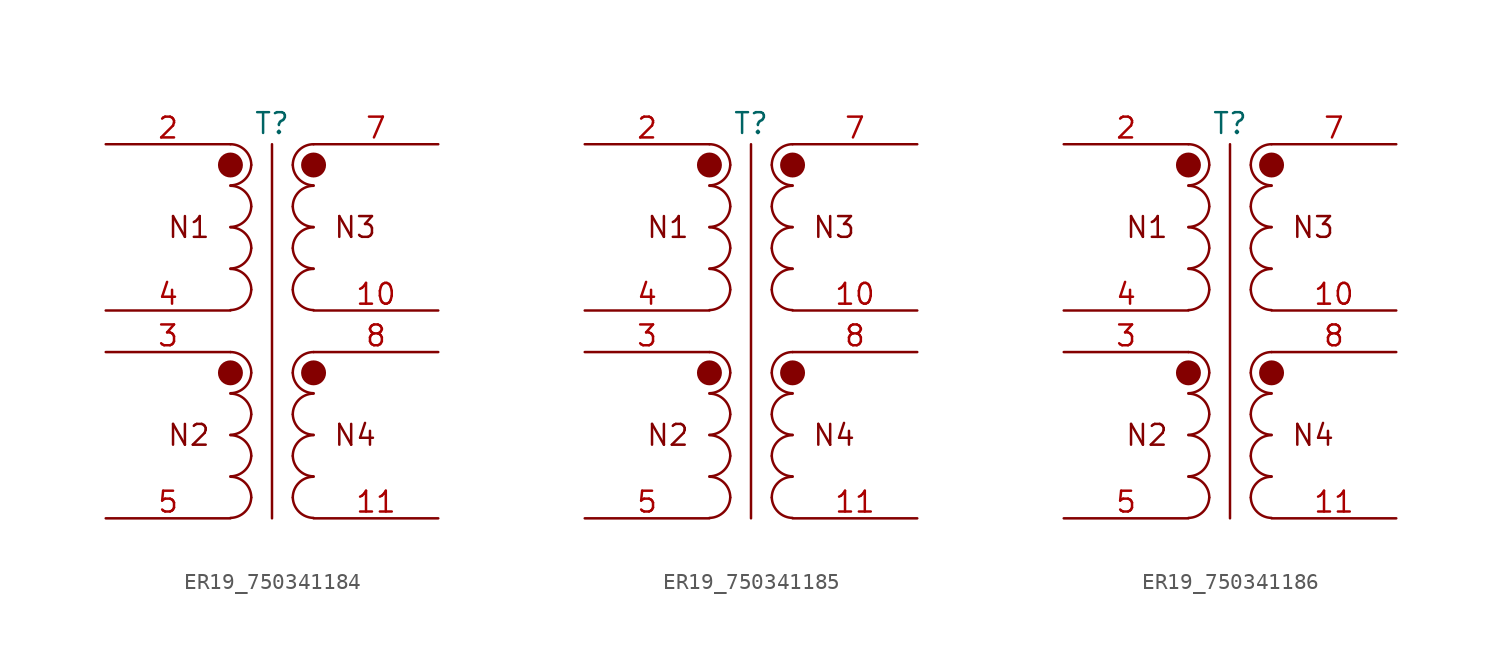
<source format=kicad_sym>
(kicad_symbol_lib
  (version 20220914)
  (generator kicad_symbol_editor)
  (symbol "ER19_750341184"
    (pin_names hide)
    (property "Reference" "T"
      (at 0 12.7 0)
      (effects (font (size 1.27 1.27))))
    (property "Critical Parameter" ""
      (at 0 -5.08 0)
      (effects (font (size 1.27 1.27))))
    (symbol "ER19_750341184_0_1"
      (arc (start -2.54 -11.4046) (mid -1.6561 -11.0363) (end -1.27 -10.16) (stroke (width 0) (type default)) (fill (type none)))
      (arc (start -2.54 -8.8646) (mid -1.6561 -8.4963) (end -1.27 -7.62) (stroke (width 0) (type default)) (fill (type none)))
      (arc (start -2.54 -6.3246) (mid -1.6561 -5.9563) (end -1.27 -5.08) (stroke (width 0) (type default)) (fill (type none)))
      (arc (start -2.54 -3.7846) (mid -1.6561 -3.4163) (end -1.27 -2.54) (stroke (width 0) (type default)) (fill (type none)))
      (arc (start -2.54 1.2954) (mid -1.6561 1.6637) (end -1.27 2.54) (stroke (width 0) (type default)) (fill (type none)))
      (arc (start -2.54 3.8354) (mid -1.6561 4.2037) (end -1.27 5.08) (stroke (width 0) (type default)) (fill (type none)))
      (arc (start -2.54 6.3754) (mid -1.6561 6.7437) (end -1.27 7.62) (stroke (width 0) (type default)) (fill (type none)))
      (arc (start -2.54 8.9154) (mid -1.6561 9.2837) (end -1.27 10.16) (stroke (width 0) (type default)) (fill (type none)))
      (arc (start -1.27 -10.16) (mid -1.642 -9.262) (end -2.54 -8.89) (stroke (width 0) (type default)) (fill (type none)))
      (arc (start -1.27 -7.62) (mid -1.642 -6.722) (end -2.54 -6.35) (stroke (width 0) (type default)) (fill (type none)))
      (arc (start -1.27 -5.08) (mid -1.642 -4.182) (end -2.54 -3.81) (stroke (width 0) (type default)) (fill (type none)))
      (arc (start -1.27 -2.54) (mid -1.642 -1.642) (end -2.54 -1.27) (stroke (width 0) (type default)) (fill (type none)))
      (arc (start -1.27 2.54) (mid -1.642 3.438) (end -2.54 3.81) (stroke (width 0) (type default)) (fill (type none)))
      (arc (start -1.27 5.08) (mid -1.642 5.978) (end -2.54 6.35) (stroke (width 0) (type default)) (fill (type none)))
      (arc (start -1.27 7.62) (mid -1.642 8.518) (end -2.54 8.89) (stroke (width 0) (type default)) (fill (type none)))
      (arc (start -1.27 10.16) (mid -1.642 11.058) (end -2.54 11.43) (stroke (width 0) (type default)) (fill (type none)))
      (polyline (pts (xy 0 -11.43) (xy 0 11.43)) (stroke (width 0) (type default)) (fill (type none)))
      (arc (start 1.27 -10.16) (mid 1.6561 -11.0363) (end 2.54 -11.4046) (stroke (width 0) (type default)) (fill (type none)))
      (arc (start 1.27 -7.62) (mid 1.6561 -8.4963) (end 2.54 -8.8646) (stroke (width 0) (type default)) (fill (type none)))
      (arc (start 1.27 -5.08) (mid 1.6561 -5.9563) (end 2.54 -6.3246) (stroke (width 0) (type default)) (fill (type none)))
      (arc (start 1.27 -2.54) (mid 1.6561 -3.4163) (end 2.54 -3.7846) (stroke (width 0) (type default)) (fill (type none)))
      (arc (start 1.27 2.54) (mid 1.6561 1.6637) (end 2.54 1.2954) (stroke (width 0) (type default)) (fill (type none)))
      (arc (start 1.27 5.08) (mid 1.6561 4.2037) (end 2.54 3.8354) (stroke (width 0) (type default)) (fill (type none)))
      (arc (start 1.27 7.62) (mid 1.6561 6.7437) (end 2.54 6.3754) (stroke (width 0) (type default)) (fill (type none)))
      (arc (start 1.27 10.16) (mid 1.6561 9.2837) (end 2.54 8.9154) (stroke (width 0) (type default)) (fill (type none)))
      (arc (start 2.54 -8.89) (mid 1.642 -9.262) (end 1.27 -10.16) (stroke (width 0) (type default)) (fill (type none)))
      (arc (start 2.54 -6.35) (mid 1.642 -6.722) (end 1.27 -7.62) (stroke (width 0) (type default)) (fill (type none)))
      (arc (start 2.54 -3.81) (mid 1.642 -4.182) (end 1.27 -5.08) (stroke (width 0) (type default)) (fill (type none)))
      (arc (start 2.54 -1.27) (mid 1.642 -1.642) (end 1.27 -2.54) (stroke (width 0) (type default)) (fill (type none)))
      (arc (start 2.54 3.81) (mid 1.642 3.438) (end 1.27 2.54) (stroke (width 0) (type default)) (fill (type none)))
      (arc (start 2.54 6.35) (mid 1.642 5.978) (end 1.27 5.08) (stroke (width 0) (type default)) (fill (type none)))
      (arc (start 2.54 8.89) (mid 1.642 8.518) (end 1.27 7.62) (stroke (width 0) (type default)) (fill (type none)))
      (arc (start 2.54 11.43) (mid 1.642 11.058) (end 1.27 10.16) (stroke (width 0) (type default)) (fill (type none))))
    (symbol "ER19_750341184_1_1"
      (circle (center -2.54 -2.54) (radius 0.0001) (stroke (width 0.762) (type default)) (fill (type none)))
      (circle (center -2.54 10.16) (radius 0.0001) (stroke (width 0.762) (type default)) (fill (type none)))
      (circle (center 2.54 -2.54) (radius 0.0001) (stroke (width 0.762) (type default)) (fill (type none)))
      (circle (center 2.54 10.16) (radius 0.0001) (stroke (width 0.762) (type default)) (fill (type none)))
      (text "N1" (at -5.08 6.35 0) (effects (font (size 1.27 1.27))))
      (text "N2" (at -5.08 -6.35 0) (effects (font (size 1.27 1.27))))
      (text "N3" (at 5.08 6.35 0) (effects (font (size 1.27 1.27))))
      (text "N4" (at 5.08 -6.35 0) (effects (font (size 1.27 1.27))))
      (pin passive line (at 10.16 1.27 180) (length 7.62) (name "10" (effects (font (size 1.27 1.27)))) (number "10" (effects (font (size 1.27 1.27)))))
      (pin passive line (at 10.16 -11.43 180) (length 7.62) (name "11" (effects (font (size 1.27 1.27)))) (number "11" (effects (font (size 1.27 1.27)))))
      (pin passive line (at -10.16 11.43 0) (length 7.62) (name "2" (effects (font (size 1.27 1.27)))) (number "2" (effects (font (size 1.27 1.27)))))
      (pin passive line (at -10.16 -1.27 0) (length 7.62) (name "3" (effects (font (size 1.27 1.27)))) (number "3" (effects (font (size 1.27 1.27)))))
      (pin passive line (at -10.16 1.27 0) (length 7.62) (name "4" (effects (font (size 1.27 1.27)))) (number "4" (effects (font (size 1.27 1.27)))))
      (pin passive line (at -10.16 -11.43 0) (length 7.62) (name "5" (effects (font (size 1.27 1.27)))) (number "5" (effects (font (size 1.27 1.27)))))
      (pin passive line (at 10.16 11.43 180) (length 7.62) (name "7" (effects (font (size 1.27 1.27)))) (number "7" (effects (font (size 1.27 1.27)))))
      (pin passive line (at 10.16 -1.27 180) (length 7.62) (name "8" (effects (font (size 1.27 1.27)))) (number "8" (effects (font (size 1.27 1.27)))))))
  (symbol "ER19_750341185"
    (pin_names hide)
    (property "Reference" "T"
      (at 0 12.7 0)
      (effects (font (size 1.27 1.27))))
    (property "Critical Parameter" ""
      (at 0 -5.08 0)
      (effects (font (size 1.27 1.27))))
    (symbol "ER19_750341185_0_1"
      (arc (start -2.54 -11.4046) (mid -1.6561 -11.0363) (end -1.27 -10.16) (stroke (width 0) (type default)) (fill (type none)))
      (arc (start -2.54 -8.8646) (mid -1.6561 -8.4963) (end -1.27 -7.62) (stroke (width 0) (type default)) (fill (type none)))
      (arc (start -2.54 -6.3246) (mid -1.6561 -5.9563) (end -1.27 -5.08) (stroke (width 0) (type default)) (fill (type none)))
      (arc (start -2.54 -3.7846) (mid -1.6561 -3.4163) (end -1.27 -2.54) (stroke (width 0) (type default)) (fill (type none)))
      (arc (start -2.54 1.2954) (mid -1.6561 1.6637) (end -1.27 2.54) (stroke (width 0) (type default)) (fill (type none)))
      (arc (start -2.54 3.8354) (mid -1.6561 4.2037) (end -1.27 5.08) (stroke (width 0) (type default)) (fill (type none)))
      (arc (start -2.54 6.3754) (mid -1.6561 6.7437) (end -1.27 7.62) (stroke (width 0) (type default)) (fill (type none)))
      (arc (start -2.54 8.9154) (mid -1.6561 9.2837) (end -1.27 10.16) (stroke (width 0) (type default)) (fill (type none)))
      (arc (start -1.27 -10.16) (mid -1.642 -9.262) (end -2.54 -8.89) (stroke (width 0) (type default)) (fill (type none)))
      (arc (start -1.27 -7.62) (mid -1.642 -6.722) (end -2.54 -6.35) (stroke (width 0) (type default)) (fill (type none)))
      (arc (start -1.27 -5.08) (mid -1.642 -4.182) (end -2.54 -3.81) (stroke (width 0) (type default)) (fill (type none)))
      (arc (start -1.27 -2.54) (mid -1.642 -1.642) (end -2.54 -1.27) (stroke (width 0) (type default)) (fill (type none)))
      (arc (start -1.27 2.54) (mid -1.642 3.438) (end -2.54 3.81) (stroke (width 0) (type default)) (fill (type none)))
      (arc (start -1.27 5.08) (mid -1.642 5.978) (end -2.54 6.35) (stroke (width 0) (type default)) (fill (type none)))
      (arc (start -1.27 7.62) (mid -1.642 8.518) (end -2.54 8.89) (stroke (width 0) (type default)) (fill (type none)))
      (arc (start -1.27 10.16) (mid -1.642 11.058) (end -2.54 11.43) (stroke (width 0) (type default)) (fill (type none)))
      (polyline (pts (xy 0 -11.43) (xy 0 11.43)) (stroke (width 0) (type default)) (fill (type none)))
      (arc (start 1.27 -10.16) (mid 1.6561 -11.0363) (end 2.54 -11.4046) (stroke (width 0) (type default)) (fill (type none)))
      (arc (start 1.27 -7.62) (mid 1.6561 -8.4963) (end 2.54 -8.8646) (stroke (width 0) (type default)) (fill (type none)))
      (arc (start 1.27 -5.08) (mid 1.6561 -5.9563) (end 2.54 -6.3246) (stroke (width 0) (type default)) (fill (type none)))
      (arc (start 1.27 -2.54) (mid 1.6561 -3.4163) (end 2.54 -3.7846) (stroke (width 0) (type default)) (fill (type none)))
      (arc (start 1.27 2.54) (mid 1.6561 1.6637) (end 2.54 1.2954) (stroke (width 0) (type default)) (fill (type none)))
      (arc (start 1.27 5.08) (mid 1.6561 4.2037) (end 2.54 3.8354) (stroke (width 0) (type default)) (fill (type none)))
      (arc (start 1.27 7.62) (mid 1.6561 6.7437) (end 2.54 6.3754) (stroke (width 0) (type default)) (fill (type none)))
      (arc (start 1.27 10.16) (mid 1.6561 9.2837) (end 2.54 8.9154) (stroke (width 0) (type default)) (fill (type none)))
      (arc (start 2.54 -8.89) (mid 1.642 -9.262) (end 1.27 -10.16) (stroke (width 0) (type default)) (fill (type none)))
      (arc (start 2.54 -6.35) (mid 1.642 -6.722) (end 1.27 -7.62) (stroke (width 0) (type default)) (fill (type none)))
      (arc (start 2.54 -3.81) (mid 1.642 -4.182) (end 1.27 -5.08) (stroke (width 0) (type default)) (fill (type none)))
      (arc (start 2.54 -1.27) (mid 1.642 -1.642) (end 1.27 -2.54) (stroke (width 0) (type default)) (fill (type none)))
      (arc (start 2.54 3.81) (mid 1.642 3.438) (end 1.27 2.54) (stroke (width 0) (type default)) (fill (type none)))
      (arc (start 2.54 6.35) (mid 1.642 5.978) (end 1.27 5.08) (stroke (width 0) (type default)) (fill (type none)))
      (arc (start 2.54 8.89) (mid 1.642 8.518) (end 1.27 7.62) (stroke (width 0) (type default)) (fill (type none)))
      (arc (start 2.54 11.43) (mid 1.642 11.058) (end 1.27 10.16) (stroke (width 0) (type default)) (fill (type none))))
    (symbol "ER19_750341185_1_1"
      (circle (center -2.54 -2.54) (radius 0.0001) (stroke (width 0.762) (type default)) (fill (type none)))
      (circle (center -2.54 10.16) (radius 0.0001) (stroke (width 0.762) (type default)) (fill (type none)))
      (circle (center 2.54 -2.54) (radius 0.0001) (stroke (width 0.762) (type default)) (fill (type none)))
      (circle (center 2.54 10.16) (radius 0.0001) (stroke (width 0.762) (type default)) (fill (type none)))
      (text "N1" (at -5.08 6.35 0) (effects (font (size 1.27 1.27))))
      (text "N2" (at -5.08 -6.35 0) (effects (font (size 1.27 1.27))))
      (text "N3" (at 5.08 6.35 0) (effects (font (size 1.27 1.27))))
      (text "N4" (at 5.08 -6.35 0) (effects (font (size 1.27 1.27))))
      (pin passive line (at 10.16 1.27 180) (length 7.62) (name "10" (effects (font (size 1.27 1.27)))) (number "10" (effects (font (size 1.27 1.27)))))
      (pin passive line (at 10.16 -11.43 180) (length 7.62) (name "11" (effects (font (size 1.27 1.27)))) (number "11" (effects (font (size 1.27 1.27)))))
      (pin passive line (at -10.16 11.43 0) (length 7.62) (name "2" (effects (font (size 1.27 1.27)))) (number "2" (effects (font (size 1.27 1.27)))))
      (pin passive line (at -10.16 -1.27 0) (length 7.62) (name "3" (effects (font (size 1.27 1.27)))) (number "3" (effects (font (size 1.27 1.27)))))
      (pin passive line (at -10.16 1.27 0) (length 7.62) (name "4" (effects (font (size 1.27 1.27)))) (number "4" (effects (font (size 1.27 1.27)))))
      (pin passive line (at -10.16 -11.43 0) (length 7.62) (name "5" (effects (font (size 1.27 1.27)))) (number "5" (effects (font (size 1.27 1.27)))))
      (pin passive line (at 10.16 11.43 180) (length 7.62) (name "7" (effects (font (size 1.27 1.27)))) (number "7" (effects (font (size 1.27 1.27)))))
      (pin passive line (at 10.16 -1.27 180) (length 7.62) (name "8" (effects (font (size 1.27 1.27)))) (number "8" (effects (font (size 1.27 1.27)))))))
  (symbol "ER19_750341186"
    (pin_names hide)
    (property "Reference" "T"
      (at 0 12.7 0)
      (effects (font (size 1.27 1.27))))
    (property "Critical Parameter" ""
      (at 0 -5.08 0)
      (effects (font (size 1.27 1.27))))
    (symbol "ER19_750341186_0_1"
      (arc (start -2.54 -11.4046) (mid -1.6561 -11.0363) (end -1.27 -10.16) (stroke (width 0) (type default)) (fill (type none)))
      (arc (start -2.54 -8.8646) (mid -1.6561 -8.4963) (end -1.27 -7.62) (stroke (width 0) (type default)) (fill (type none)))
      (arc (start -2.54 -6.3246) (mid -1.6561 -5.9563) (end -1.27 -5.08) (stroke (width 0) (type default)) (fill (type none)))
      (arc (start -2.54 -3.7846) (mid -1.6561 -3.4163) (end -1.27 -2.54) (stroke (width 0) (type default)) (fill (type none)))
      (arc (start -2.54 1.2954) (mid -1.6561 1.6637) (end -1.27 2.54) (stroke (width 0) (type default)) (fill (type none)))
      (arc (start -2.54 3.8354) (mid -1.6561 4.2037) (end -1.27 5.08) (stroke (width 0) (type default)) (fill (type none)))
      (arc (start -2.54 6.3754) (mid -1.6561 6.7437) (end -1.27 7.62) (stroke (width 0) (type default)) (fill (type none)))
      (arc (start -2.54 8.9154) (mid -1.6561 9.2837) (end -1.27 10.16) (stroke (width 0) (type default)) (fill (type none)))
      (arc (start -1.27 -10.16) (mid -1.642 -9.262) (end -2.54 -8.89) (stroke (width 0) (type default)) (fill (type none)))
      (arc (start -1.27 -7.62) (mid -1.642 -6.722) (end -2.54 -6.35) (stroke (width 0) (type default)) (fill (type none)))
      (arc (start -1.27 -5.08) (mid -1.642 -4.182) (end -2.54 -3.81) (stroke (width 0) (type default)) (fill (type none)))
      (arc (start -1.27 -2.54) (mid -1.642 -1.642) (end -2.54 -1.27) (stroke (width 0) (type default)) (fill (type none)))
      (arc (start -1.27 2.54) (mid -1.642 3.438) (end -2.54 3.81) (stroke (width 0) (type default)) (fill (type none)))
      (arc (start -1.27 5.08) (mid -1.642 5.978) (end -2.54 6.35) (stroke (width 0) (type default)) (fill (type none)))
      (arc (start -1.27 7.62) (mid -1.642 8.518) (end -2.54 8.89) (stroke (width 0) (type default)) (fill (type none)))
      (arc (start -1.27 10.16) (mid -1.642 11.058) (end -2.54 11.43) (stroke (width 0) (type default)) (fill (type none)))
      (polyline (pts (xy 0 -11.43) (xy 0 11.43)) (stroke (width 0) (type default)) (fill (type none)))
      (arc (start 1.27 -10.16) (mid 1.6561 -11.0363) (end 2.54 -11.4046) (stroke (width 0) (type default)) (fill (type none)))
      (arc (start 1.27 -7.62) (mid 1.6561 -8.4963) (end 2.54 -8.8646) (stroke (width 0) (type default)) (fill (type none)))
      (arc (start 1.27 -5.08) (mid 1.6561 -5.9563) (end 2.54 -6.3246) (stroke (width 0) (type default)) (fill (type none)))
      (arc (start 1.27 -2.54) (mid 1.6561 -3.4163) (end 2.54 -3.7846) (stroke (width 0) (type default)) (fill (type none)))
      (arc (start 1.27 2.54) (mid 1.6561 1.6637) (end 2.54 1.2954) (stroke (width 0) (type default)) (fill (type none)))
      (arc (start 1.27 5.08) (mid 1.6561 4.2037) (end 2.54 3.8354) (stroke (width 0) (type default)) (fill (type none)))
      (arc (start 1.27 7.62) (mid 1.6561 6.7437) (end 2.54 6.3754) (stroke (width 0) (type default)) (fill (type none)))
      (arc (start 1.27 10.16) (mid 1.6561 9.2837) (end 2.54 8.9154) (stroke (width 0) (type default)) (fill (type none)))
      (arc (start 2.54 -8.89) (mid 1.642 -9.262) (end 1.27 -10.16) (stroke (width 0) (type default)) (fill (type none)))
      (arc (start 2.54 -6.35) (mid 1.642 -6.722) (end 1.27 -7.62) (stroke (width 0) (type default)) (fill (type none)))
      (arc (start 2.54 -3.81) (mid 1.642 -4.182) (end 1.27 -5.08) (stroke (width 0) (type default)) (fill (type none)))
      (arc (start 2.54 -1.27) (mid 1.642 -1.642) (end 1.27 -2.54) (stroke (width 0) (type default)) (fill (type none)))
      (arc (start 2.54 3.81) (mid 1.642 3.438) (end 1.27 2.54) (stroke (width 0) (type default)) (fill (type none)))
      (arc (start 2.54 6.35) (mid 1.642 5.978) (end 1.27 5.08) (stroke (width 0) (type default)) (fill (type none)))
      (arc (start 2.54 8.89) (mid 1.642 8.518) (end 1.27 7.62) (stroke (width 0) (type default)) (fill (type none)))
      (arc (start 2.54 11.43) (mid 1.642 11.058) (end 1.27 10.16) (stroke (width 0) (type default)) (fill (type none))))
    (symbol "ER19_750341186_1_1"
      (circle (center -2.54 -2.54) (radius 0.0001) (stroke (width 0.762) (type default)) (fill (type none)))
      (circle (center -2.54 10.16) (radius 0.0001) (stroke (width 0.762) (type default)) (fill (type none)))
      (circle (center 2.54 -2.54) (radius 0.0001) (stroke (width 0.762) (type default)) (fill (type none)))
      (circle (center 2.54 10.16) (radius 0.0001) (stroke (width 0.762) (type default)) (fill (type none)))
      (text "N1" (at -5.08 6.35 0) (effects (font (size 1.27 1.27))))
      (text "N2" (at -5.08 -6.35 0) (effects (font (size 1.27 1.27))))
      (text "N3" (at 5.08 6.35 0) (effects (font (size 1.27 1.27))))
      (text "N4" (at 5.08 -6.35 0) (effects (font (size 1.27 1.27))))
      (pin passive line (at 10.16 1.27 180) (length 7.62) (name "10" (effects (font (size 1.27 1.27)))) (number "10" (effects (font (size 1.27 1.27)))))
      (pin passive line (at 10.16 -11.43 180) (length 7.62) (name "11" (effects (font (size 1.27 1.27)))) (number "11" (effects (font (size 1.27 1.27)))))
      (pin passive line (at -10.16 11.43 0) (length 7.62) (name "2" (effects (font (size 1.27 1.27)))) (number "2" (effects (font (size 1.27 1.27)))))
      (pin passive line (at -10.16 -1.27 0) (length 7.62) (name "3" (effects (font (size 1.27 1.27)))) (number "3" (effects (font (size 1.27 1.27)))))
      (pin passive line (at -10.16 1.27 0) (length 7.62) (name "4" (effects (font (size 1.27 1.27)))) (number "4" (effects (font (size 1.27 1.27)))))
      (pin passive line (at -10.16 -11.43 0) (length 7.62) (name "5" (effects (font (size 1.27 1.27)))) (number "5" (effects (font (size 1.27 1.27)))))
      (pin passive line (at 10.16 11.43 180) (length 7.62) (name "7" (effects (font (size 1.27 1.27)))) (number "7" (effects (font (size 1.27 1.27)))))
      (pin passive line (at 10.16 -1.27 180) (length 7.62) (name "8" (effects (font (size 1.27 1.27)))) (number "8" (effects (font (size 1.27 1.27))))))))
</source>
